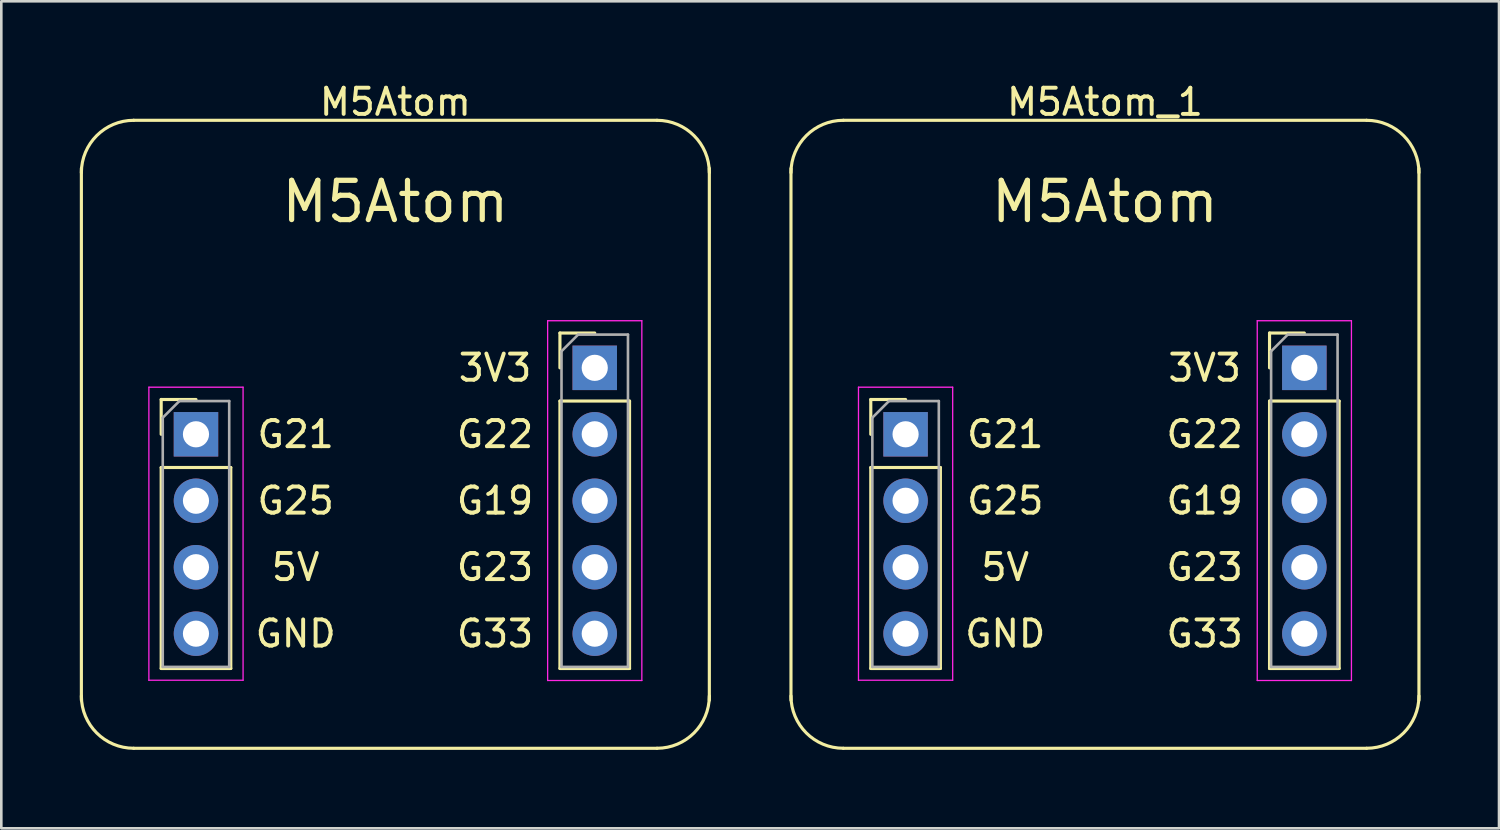
<source format=kicad_pcb>
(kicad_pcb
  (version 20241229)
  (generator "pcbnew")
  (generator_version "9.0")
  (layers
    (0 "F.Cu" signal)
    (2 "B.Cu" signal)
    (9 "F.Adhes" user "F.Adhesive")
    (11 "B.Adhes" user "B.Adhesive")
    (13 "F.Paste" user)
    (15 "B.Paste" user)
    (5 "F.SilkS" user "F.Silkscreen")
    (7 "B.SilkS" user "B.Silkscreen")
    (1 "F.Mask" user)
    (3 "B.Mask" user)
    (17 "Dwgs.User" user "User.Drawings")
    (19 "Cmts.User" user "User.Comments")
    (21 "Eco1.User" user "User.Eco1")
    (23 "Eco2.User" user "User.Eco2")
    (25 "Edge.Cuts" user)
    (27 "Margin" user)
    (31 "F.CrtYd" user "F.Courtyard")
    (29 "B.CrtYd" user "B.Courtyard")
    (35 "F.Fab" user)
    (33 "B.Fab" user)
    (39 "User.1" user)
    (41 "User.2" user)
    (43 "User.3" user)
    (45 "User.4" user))
  (footprint "M5Atom_1"
    (layer "F.Cu")
    (at 39.18 13.548)
    (property "Reference" "M5Atom_1" (at 0 -12.7 0) (layer "F.SilkS") (effects (font (size 1 1) (thickness 0.15))))
    (attr through_hole)
    (fp_line (start -12 10.16) (end -12 -10.16) (stroke (width 0.12) (type solid)) (layer "F.SilkS"))
    (fp_line (start -10 -12) (end 10 -12) (stroke (width 0.12) (type solid)) (layer "F.SilkS"))
    (fp_line (start -8.95 -1.33) (end -7.62 -1.33) (stroke (width 0.12) (type solid)) (layer "F.SilkS"))
    (fp_line (start -8.95 0) (end -8.95 -1.33) (stroke (width 0.12) (type solid)) (layer "F.SilkS"))
    (fp_line (start -8.95 1.27) (end -8.95 8.95) (stroke (width 0.12) (type solid)) (layer "F.SilkS"))
    (fp_line (start -8.95 1.27) (end -6.29 1.27) (stroke (width 0.12) (type solid)) (layer "F.SilkS"))
    (fp_line (start -8.95 8.95) (end -6.29 8.95) (stroke (width 0.12) (type solid)) (layer "F.SilkS"))
    (fp_line (start -6.29 1.27) (end -6.29 8.95) (stroke (width 0.12) (type solid)) (layer "F.SilkS"))
    (fp_line (start 6.29 -3.87) (end 7.62 -3.87) (stroke (width 0.12) (type solid)) (layer "F.SilkS"))
    (fp_line (start 6.29 -2.54) (end 6.29 -3.87) (stroke (width 0.12) (type solid)) (layer "F.SilkS"))
    (fp_line (start 6.29 -1.27) (end 6.29 8.95) (stroke (width 0.12) (type solid)) (layer "F.SilkS"))
    (fp_line (start 6.29 -1.27) (end 8.95 -1.27) (stroke (width 0.12) (type solid)) (layer "F.SilkS"))
    (fp_line (start 6.29 8.95) (end 8.95 8.95) (stroke (width 0.12) (type solid)) (layer "F.SilkS"))
    (fp_line (start 8.95 -1.27) (end 8.95 8.95) (stroke (width 0.12) (type solid)) (layer "F.SilkS"))
    (fp_line (start 10 12) (end -10 12) (stroke (width 0.12) (type solid)) (layer "F.SilkS"))
    (fp_line (start 12 -10.16) (end 12 10.16) (stroke (width 0.12) (type solid)) (layer "F.SilkS"))
    (fp_arc (start -12 -10) (mid -11.414214 -11.414214) (end -10 -12) (stroke (width 0.12) (type solid)) (layer "F.SilkS"))
    (fp_arc (start -10 12) (mid -11.414214 11.414214) (end -12 10) (stroke (width 0.12) (type solid)) (layer "F.SilkS"))
    (fp_arc (start 10 -12) (mid 11.414214 -11.414214) (end 12 -10) (stroke (width 0.12) (type solid)) (layer "F.SilkS"))
    (fp_arc (start 12 10) (mid 11.414214 11.414214) (end 10 12) (stroke (width 0.12) (type solid)) (layer "F.SilkS"))
    (fp_line (start -9.42 -1.8) (end -9.42 9.4) (stroke (width 0.05) (type solid)) (layer "F.CrtYd"))
    (fp_line (start -9.42 9.4) (end -5.82 9.4) (stroke (width 0.05) (type solid)) (layer "F.CrtYd"))
    (fp_line (start -5.82 -1.8) (end -9.42 -1.8) (stroke (width 0.05) (type solid)) (layer "F.CrtYd"))
    (fp_line (start -5.82 9.4) (end -5.82 -1.8) (stroke (width 0.05) (type solid)) (layer "F.CrtYd"))
    (fp_line (start 5.82 -4.34) (end 5.82 9.41) (stroke (width 0.05) (type solid)) (layer "F.CrtYd"))
    (fp_line (start 5.82 9.41) (end 9.42 9.41) (stroke (width 0.05) (type solid)) (layer "F.CrtYd"))
    (fp_line (start 9.42 -4.34) (end 5.82 -4.34) (stroke (width 0.05) (type solid)) (layer "F.CrtYd"))
    (fp_line (start 9.42 9.41) (end 9.42 -4.34) (stroke (width 0.05) (type solid)) (layer "F.CrtYd"))
    (fp_line (start -8.89 -0.635) (end -8.255 -1.27) (stroke (width 0.1) (type solid)) (layer "F.Fab"))
    (fp_line (start -8.89 8.89) (end -8.89 -0.635) (stroke (width 0.1) (type solid)) (layer "F.Fab"))
    (fp_line (start -8.255 -1.27) (end -6.35 -1.27) (stroke (width 0.1) (type solid)) (layer "F.Fab"))
    (fp_line (start -6.35 -1.27) (end -6.35 8.89) (stroke (width 0.1) (type solid)) (layer "F.Fab"))
    (fp_line (start -6.35 8.89) (end -8.89 8.89) (stroke (width 0.1) (type solid)) (layer "F.Fab"))
    (fp_line (start 6.35 -3.175) (end 6.985 -3.81) (stroke (width 0.1) (type solid)) (layer "F.Fab"))
    (fp_line (start 6.35 8.89) (end 6.35 -3.175) (stroke (width 0.1) (type solid)) (layer "F.Fab"))
    (fp_line (start 6.985 -3.81) (end 8.89 -3.81) (stroke (width 0.1) (type solid)) (layer "F.Fab"))
    (fp_line (start 8.89 -3.81) (end 8.89 8.89) (stroke (width 0.1) (type solid)) (layer "F.Fab"))
    (fp_line (start 8.89 8.89) (end 6.35 8.89) (stroke (width 0.1) (type solid)) (layer "F.Fab"))
    (fp_text user "G22" (at 3.81 0 0) (layer "F.SilkS") (effects (font (size 1 1) (thickness 0.15))))
    (fp_text user "G23" (at 3.81 5.08 0) (layer "F.SilkS") (effects (font (size 1 1) (thickness 0.15))))
    (fp_text user "G21" (at -3.81 0 0) (layer "F.SilkS") (effects (font (size 1 1) (thickness 0.15))))
    (fp_text user "M5Atom" (at 0 -8.89 0) (layer "F.SilkS") (effects (font (size 1.5 1.5) (thickness 0.2))))
    (fp_text user "G25" (at -3.81 2.54 0) (layer "F.SilkS") (effects (font (size 1 1) (thickness 0.15))))
    (fp_text user "GND" (at -3.81 7.62 0) (layer "F.SilkS") (effects (font (size 1 1) (thickness 0.15))))
    (fp_text user "5V" (at -3.81 5.08 0) (layer "F.SilkS") (effects (font (size 1 1) (thickness 0.15))))
    (fp_text user "3V3" (at 3.81 -2.54 0) (layer "F.SilkS") (effects (font (size 1 1) (thickness 0.15))))
    (fp_text user "G19" (at 3.81 2.54 0) (layer "F.SilkS") (effects (font (size 1 1) (thickness 0.15))))
    (fp_text user "G33" (at 3.81 7.62 0) (layer "F.SilkS") (effects (font (size 1 1) (thickness 0.15))))
    (pad "3V3" thru_hole rect (at 7.62 -2.54) (size 1.7 1.7) (drill 1) (layers "*.Cu" "*.Mask"))
    (pad "5V" thru_hole oval (at -7.62 5.08) (size 1.7 1.7) (drill 1) (layers "*.Cu" "*.Mask"))
    (pad "G19" thru_hole oval (at 7.62 2.54) (size 1.7 1.7) (drill 1) (layers "*.Cu" "*.Mask"))
    (pad "G21" thru_hole rect (at -7.62 0) (size 1.7 1.7) (drill 1) (layers "*.Cu" "*.Mask"))
    (pad "G22" thru_hole oval (at 7.62 0) (size 1.7 1.7) (drill 1) (layers "*.Cu" "*.Mask"))
    (pad "G23" thru_hole oval (at 7.62 5.08) (size 1.7 1.7) (drill 1) (layers "*.Cu" "*.Mask"))
    (pad "G25" thru_hole oval (at -7.62 2.54) (size 1.7 1.7) (drill 1) (layers "*.Cu" "*.Mask"))
    (pad "G33" thru_hole oval (at 7.62 7.62) (size 1.7 1.7) (drill 1) (layers "*.Cu" "*.Mask"))
    (pad "GND" thru_hole oval (at -7.62 7.62) (size 1.7 1.7) (drill 1) (layers "*.Cu" "*.Mask")))
  (footprint "M5Atom"
    (layer "F.Cu")
    (at 12.06 13.548)
    (property "Reference" "M5Atom" (at 0 -12.7 0) (layer "F.SilkS") (effects (font (size 1 1) (thickness 0.15))))
    (attr through_hole)
    (fp_line (start -12 10.16) (end -12 -10.16) (stroke (width 0.12) (type solid)) (layer "F.SilkS"))
    (fp_line (start -10 -12) (end 10 -12) (stroke (width 0.12) (type solid)) (layer "F.SilkS"))
    (fp_line (start -8.95 -1.33) (end -7.62 -1.33) (stroke (width 0.12) (type solid)) (layer "F.SilkS"))
    (fp_line (start -8.95 0) (end -8.95 -1.33) (stroke (width 0.12) (type solid)) (layer "F.SilkS"))
    (fp_line (start -8.95 1.27) (end -8.95 8.95) (stroke (width 0.12) (type solid)) (layer "F.SilkS"))
    (fp_line (start -8.95 1.27) (end -6.29 1.27) (stroke (width 0.12) (type solid)) (layer "F.SilkS"))
    (fp_line (start -8.95 8.95) (end -6.29 8.95) (stroke (width 0.12) (type solid)) (layer "F.SilkS"))
    (fp_line (start -6.29 1.27) (end -6.29 8.95) (stroke (width 0.12) (type solid)) (layer "F.SilkS"))
    (fp_line (start 6.29 -3.87) (end 7.62 -3.87) (stroke (width 0.12) (type solid)) (layer "F.SilkS"))
    (fp_line (start 6.29 -2.54) (end 6.29 -3.87) (stroke (width 0.12) (type solid)) (layer "F.SilkS"))
    (fp_line (start 6.29 -1.27) (end 6.29 8.95) (stroke (width 0.12) (type solid)) (layer "F.SilkS"))
    (fp_line (start 6.29 -1.27) (end 8.95 -1.27) (stroke (width 0.12) (type solid)) (layer "F.SilkS"))
    (fp_line (start 6.29 8.95) (end 8.95 8.95) (stroke (width 0.12) (type solid)) (layer "F.SilkS"))
    (fp_line (start 8.95 -1.27) (end 8.95 8.95) (stroke (width 0.12) (type solid)) (layer "F.SilkS"))
    (fp_line (start 10 12) (end -10 12) (stroke (width 0.12) (type solid)) (layer "F.SilkS"))
    (fp_line (start 12 -10.16) (end 12 10.16) (stroke (width 0.12) (type solid)) (layer "F.SilkS"))
    (fp_arc (start -12 -10) (mid -11.414214 -11.414214) (end -10 -12) (stroke (width 0.12) (type solid)) (layer "F.SilkS"))
    (fp_arc (start -10 12) (mid -11.414214 11.414214) (end -12 10) (stroke (width 0.12) (type solid)) (layer "F.SilkS"))
    (fp_arc (start 10 -12) (mid 11.414214 -11.414214) (end 12 -10) (stroke (width 0.12) (type solid)) (layer "F.SilkS"))
    (fp_arc (start 12 10) (mid 11.414214 11.414214) (end 10 12) (stroke (width 0.12) (type solid)) (layer "F.SilkS"))
    (fp_line (start -9.42 -1.8) (end -9.42 9.4) (stroke (width 0.05) (type solid)) (layer "F.CrtYd"))
    (fp_line (start -9.42 9.4) (end -5.82 9.4) (stroke (width 0.05) (type solid)) (layer "F.CrtYd"))
    (fp_line (start -5.82 -1.8) (end -9.42 -1.8) (stroke (width 0.05) (type solid)) (layer "F.CrtYd"))
    (fp_line (start -5.82 9.4) (end -5.82 -1.8) (stroke (width 0.05) (type solid)) (layer "F.CrtYd"))
    (fp_line (start 5.82 -4.34) (end 5.82 9.41) (stroke (width 0.05) (type solid)) (layer "F.CrtYd"))
    (fp_line (start 5.82 9.41) (end 9.42 9.41) (stroke (width 0.05) (type solid)) (layer "F.CrtYd"))
    (fp_line (start 9.42 -4.34) (end 5.82 -4.34) (stroke (width 0.05) (type solid)) (layer "F.CrtYd"))
    (fp_line (start 9.42 9.41) (end 9.42 -4.34) (stroke (width 0.05) (type solid)) (layer "F.CrtYd"))
    (fp_line (start -8.89 -0.635) (end -8.255 -1.27) (stroke (width 0.1) (type solid)) (layer "F.Fab"))
    (fp_line (start -8.89 8.89) (end -8.89 -0.635) (stroke (width 0.1) (type solid)) (layer "F.Fab"))
    (fp_line (start -8.255 -1.27) (end -6.35 -1.27) (stroke (width 0.1) (type solid)) (layer "F.Fab"))
    (fp_line (start -6.35 -1.27) (end -6.35 8.89) (stroke (width 0.1) (type solid)) (layer "F.Fab"))
    (fp_line (start -6.35 8.89) (end -8.89 8.89) (stroke (width 0.1) (type solid)) (layer "F.Fab"))
    (fp_line (start 6.35 -3.175) (end 6.985 -3.81) (stroke (width 0.1) (type solid)) (layer "F.Fab"))
    (fp_line (start 6.35 8.89) (end 6.35 -3.175) (stroke (width 0.1) (type solid)) (layer "F.Fab"))
    (fp_line (start 6.985 -3.81) (end 8.89 -3.81) (stroke (width 0.1) (type solid)) (layer "F.Fab"))
    (fp_line (start 8.89 -3.81) (end 8.89 8.89) (stroke (width 0.1) (type solid)) (layer "F.Fab"))
    (fp_line (start 8.89 8.89) (end 6.35 8.89) (stroke (width 0.1) (type solid)) (layer "F.Fab"))
    (fp_text user "G23" (at 3.81 5.08 0) (layer "F.SilkS") (effects (font (size 1 1) (thickness 0.15))))
    (fp_text user "G25" (at -3.81 2.54 0) (layer "F.SilkS") (effects (font (size 1 1) (thickness 0.15))))
    (fp_text user "G33" (at 3.81 7.62 0) (layer "F.SilkS") (effects (font (size 1 1) (thickness 0.15))))
    (fp_text user "GND" (at -3.81 7.62 0) (layer "F.SilkS") (effects (font (size 1 1) (thickness 0.15))))
    (fp_text user "5V" (at -3.81 5.08 0) (layer "F.SilkS") (effects (font (size 1 1) (thickness 0.15))))
    (fp_text user "G19" (at 3.81 2.54 0) (layer "F.SilkS") (effects (font (size 1 1) (thickness 0.15))))
    (fp_text user "G21" (at -3.81 0 0) (layer "F.SilkS") (effects (font (size 1 1) (thickness 0.15))))
    (fp_text user "3V3" (at 3.81 -2.54 0) (layer "F.SilkS") (effects (font (size 1 1) (thickness 0.15))))
    (fp_text user "G22" (at 3.81 0 0) (layer "F.SilkS") (effects (font (size 1 1) (thickness 0.15))))
    (fp_text user "M5Atom" (at 0 -8.89 0) (layer "F.SilkS") (effects (font (size 1.5 1.5) (thickness 0.2))))
    (pad "1" thru_hole rect (at -7.62 0) (size 1.7 1.7) (drill 1) (layers "*.Cu" "*.Mask"))
    (pad "2" thru_hole oval (at -7.62 2.54) (size 1.7 1.7) (drill 1) (layers "*.Cu" "*.Mask"))
    (pad "3" thru_hole oval (at -7.62 5.08) (size 1.7 1.7) (drill 1) (layers "*.Cu" "*.Mask"))
    (pad "4" thru_hole oval (at -7.62 7.62) (size 1.7 1.7) (drill 1) (layers "*.Cu" "*.Mask"))
    (pad "5" thru_hole oval (at 7.62 7.62) (size 1.7 1.7) (drill 1) (layers "*.Cu" "*.Mask"))
    (pad "6" thru_hole oval (at 7.62 5.08) (size 1.7 1.7) (drill 1) (layers "*.Cu" "*.Mask"))
    (pad "7" thru_hole oval (at 7.62 2.54) (size 1.7 1.7) (drill 1) (layers "*.Cu" "*.Mask"))
    (pad "8" thru_hole oval (at 7.62 0) (size 1.7 1.7) (drill 1) (layers "*.Cu" "*.Mask"))
    (pad "9" thru_hole rect (at 7.62 -2.54) (size 1.7 1.7) (drill 1) (layers "*.Cu" "*.Mask")))
  (gr_rect
    (start -3 -3)
    (end 54.24 28.608)
    (stroke (width 0.1) (type default))
    (fill no)
    (layer "Edge.Cuts")))
</source>
